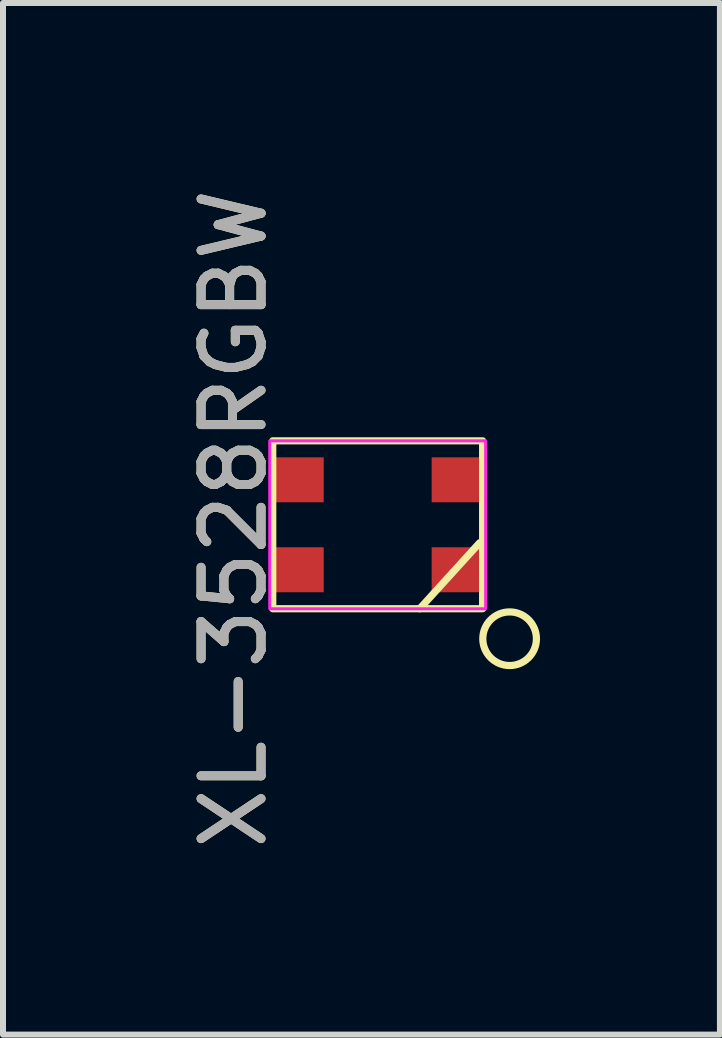
<source format=kicad_pcb>
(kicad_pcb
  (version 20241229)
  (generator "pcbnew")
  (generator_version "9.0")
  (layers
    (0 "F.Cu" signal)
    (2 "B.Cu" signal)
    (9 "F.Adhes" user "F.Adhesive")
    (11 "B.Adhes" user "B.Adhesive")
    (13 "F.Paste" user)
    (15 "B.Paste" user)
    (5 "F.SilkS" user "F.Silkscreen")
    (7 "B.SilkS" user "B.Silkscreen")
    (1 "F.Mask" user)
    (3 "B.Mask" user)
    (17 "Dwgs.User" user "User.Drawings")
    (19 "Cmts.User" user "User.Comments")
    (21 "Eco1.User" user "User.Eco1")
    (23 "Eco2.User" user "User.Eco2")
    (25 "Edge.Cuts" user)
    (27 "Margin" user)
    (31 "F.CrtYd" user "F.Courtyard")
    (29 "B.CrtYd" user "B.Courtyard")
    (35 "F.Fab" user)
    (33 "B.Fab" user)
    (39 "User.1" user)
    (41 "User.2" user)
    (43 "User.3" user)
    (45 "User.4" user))
  (footprint "XL-3528RGBW"
    (layer "F.Cu")
    (at 3.248 5.701)
    (property "Reference" "XL-3528RGBW" (at -2.4 -0.1 90) (unlocked yes) (layer "F.SilkS") (effects (font (size 1 1) (thickness 0.15))))
    (attr smd)
    (fp_line (start 1.7 0.3) (end 0.7 1.4) (stroke (width 0.12) (type default)) (layer "F.SilkS"))
    (fp_rect (start -1.75 -1.4) (end 1.75 1.4) (stroke (width 0.12) (type default)) (fill no) (layer "F.SilkS"))
    (fp_circle (center 2.2 1.9) (end 1.8 1.7) (stroke (width 0.12) (type default)) (fill no) (layer "F.SilkS"))
    (fp_rect (start -1.8 -1.4) (end 1.8 1.4) (stroke (width 0.05) (type default)) (fill no) (layer "F.CrtYd"))
    (fp_text user "${REFERENCE}" (at -2.4 -0.1 90) (unlocked yes) (layer "F.Fab") (effects (font (size 1 1) (thickness 0.15))))
    (pad "1" smd rect (at 1.35 0.75) (size 0.9 0.75) (layers "F.Cu" "F.Mask" "F.Paste"))
    (pad "2" smd rect (at 1.35 -0.75) (size 0.9 0.75) (layers "F.Cu" "F.Mask" "F.Paste"))
    (pad "3" smd rect (at -1.35 -0.75) (size 0.9 0.75) (layers "F.Cu" "F.Mask" "F.Paste"))
    (pad "4" smd rect (at -1.35 0.75) (size 0.9 0.75) (layers "F.Cu" "F.Mask" "F.Paste")))
  (gr_rect
    (start -3 -3)
    (end 8.955 14.202)
    (stroke (width 0.1) (type default))
    (fill no)
    (layer "Edge.Cuts")))
</source>
